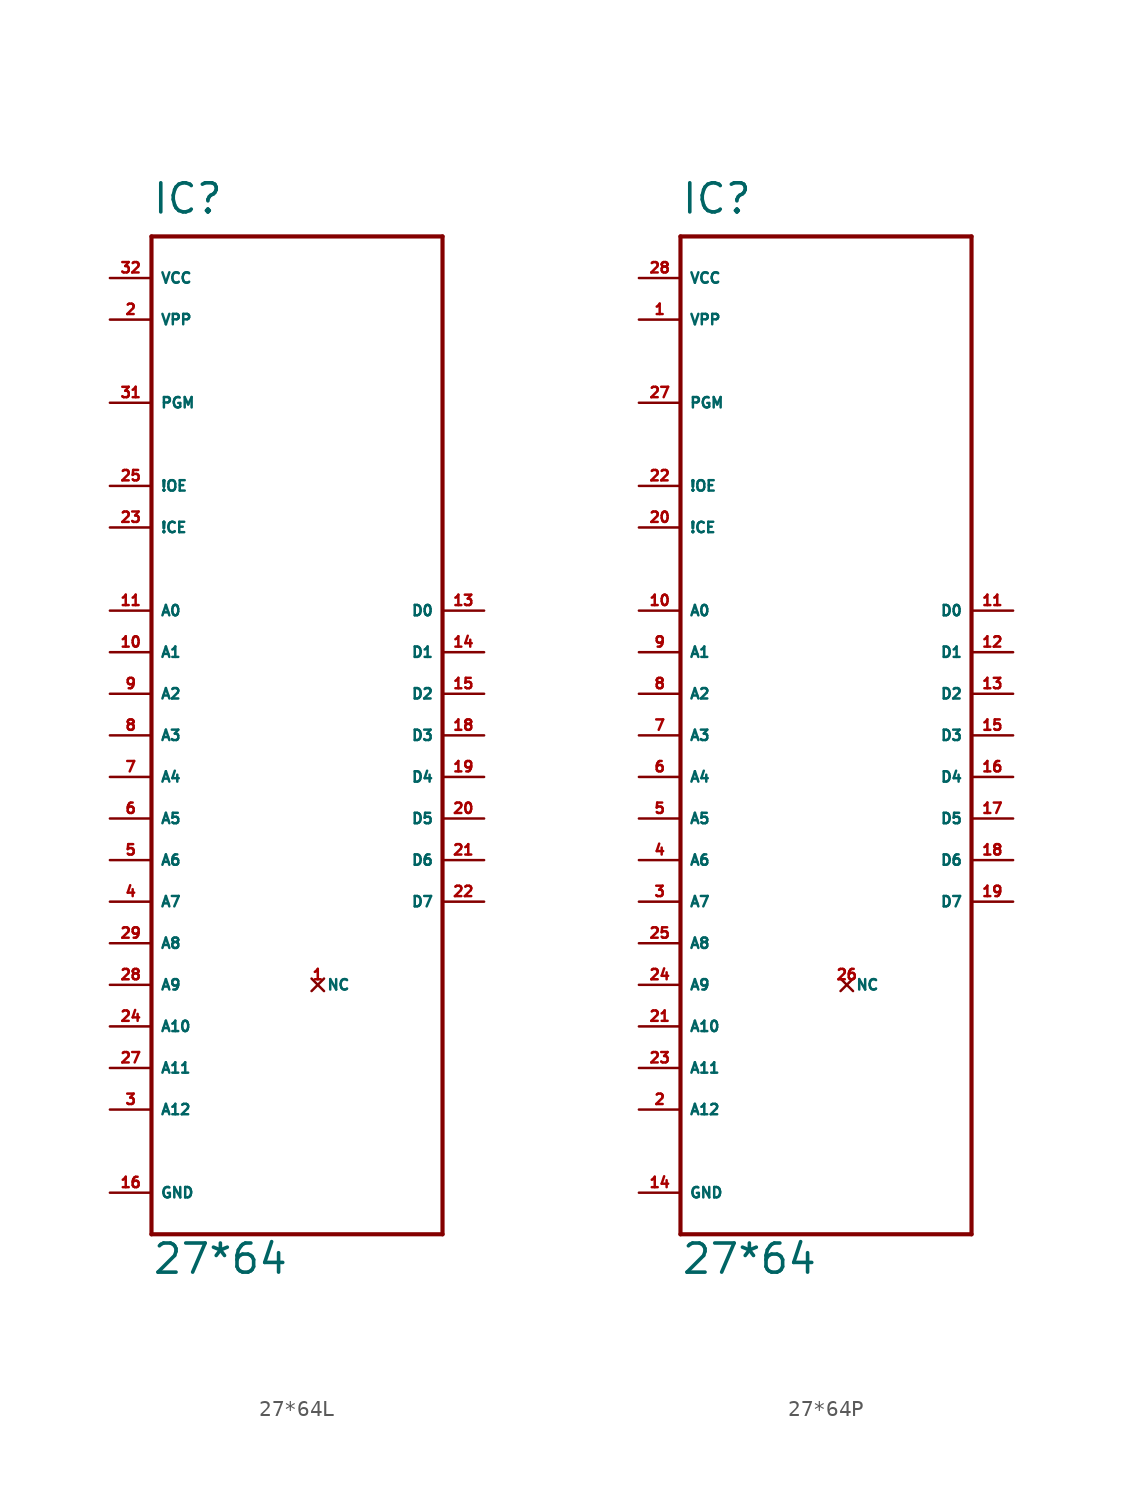
<source format=kicad_sym>
(kicad_symbol_lib
  (version 20220914)
  (generator Eagle2Kicad)
  (symbol "27*64L"
    (property "Reference" "IC"
      (at -7.62 31.75 0)
      (effects (font (size 1.778 1.778) (thickness 0.22)) (justify left bottom)))
    (property "Value" "27*64"
      (at -7.62 -33.02 0)
      (effects (font (size 1.778 1.778) (thickness 0.22)) (justify left bottom)))
    (polyline
      (pts (xy -7.62 30.48) (xy 10.16 30.48))
      (stroke (width 0.254) (type default))
      (fill (type none)))
    (polyline
      (pts (xy 10.16 30.48) (xy 10.16 -30.48))
      (stroke (width 0.254) (type default))
      (fill (type none)))
    (polyline
      (pts (xy 10.16 -30.48) (xy -7.62 -30.48))
      (stroke (width 0.254) (type default))
      (fill (type none)))
    (polyline
      (pts (xy -7.62 -30.48) (xy -7.62 30.48))
      (stroke (width 0.254) (type default))
      (fill (type none)))
    (pin input line
      (at -10.16 7.62 0)
      (length 2.54)
      (name "A0" (effects (font (size 0.635 0.635) (thickness 0.08)) (justify left bottom)))
      (number "11" (effects (font (size 0.635 0.635) (thickness 0.08)) (justify left bottom))))
    (pin input line
      (at -10.16 5.08 0)
      (length 2.54)
      (name "A1" (effects (font (size 0.635 0.635) (thickness 0.08)) (justify left bottom)))
      (number "10" (effects (font (size 0.635 0.635) (thickness 0.08)) (justify left bottom))))
    (pin input line
      (at -10.16 2.54 0)
      (length 2.54)
      (name "A2" (effects (font (size 0.635 0.635) (thickness 0.08)) (justify left bottom)))
      (number "9" (effects (font (size 0.635 0.635) (thickness 0.08)) (justify left bottom))))
    (pin input line
      (at -10.16 0 0)
      (length 2.54)
      (name "A3" (effects (font (size 0.635 0.635) (thickness 0.08)) (justify left bottom)))
      (number "8" (effects (font (size 0.635 0.635) (thickness 0.08)) (justify left bottom))))
    (pin input line
      (at -10.16 -2.54 0)
      (length 2.54)
      (name "A4" (effects (font (size 0.635 0.635) (thickness 0.08)) (justify left bottom)))
      (number "7" (effects (font (size 0.635 0.635) (thickness 0.08)) (justify left bottom))))
    (pin input line
      (at -10.16 -5.08 0)
      (length 2.54)
      (name "A5" (effects (font (size 0.635 0.635) (thickness 0.08)) (justify left bottom)))
      (number "6" (effects (font (size 0.635 0.635) (thickness 0.08)) (justify left bottom))))
    (pin input line
      (at -10.16 -7.62 0)
      (length 2.54)
      (name "A6" (effects (font (size 0.635 0.635) (thickness 0.08)) (justify left bottom)))
      (number "5" (effects (font (size 0.635 0.635) (thickness 0.08)) (justify left bottom))))
    (pin input line
      (at -10.16 -10.16 0)
      (length 2.54)
      (name "A7" (effects (font (size 0.635 0.635) (thickness 0.08)) (justify left bottom)))
      (number "4" (effects (font (size 0.635 0.635) (thickness 0.08)) (justify left bottom))))
    (pin input line
      (at -10.16 -12.7 0)
      (length 2.54)
      (name "A8" (effects (font (size 0.635 0.635) (thickness 0.08)) (justify left bottom)))
      (number "29" (effects (font (size 0.635 0.635) (thickness 0.08)) (justify left bottom))))
    (pin input line
      (at -10.16 12.7 0)
      (length 2.54)
      (name "!CE" (effects (font (size 0.635 0.635) (thickness 0.08)) (justify left bottom)))
      (number "23" (effects (font (size 0.635 0.635) (thickness 0.08)) (justify left bottom))))
    (pin input line
      (at -10.16 15.24 0)
      (length 2.54)
      (name "!OE" (effects (font (size 0.635 0.635) (thickness 0.08)) (justify left bottom)))
      (number "25" (effects (font (size 0.635 0.635) (thickness 0.08)) (justify left bottom))))
    (pin tri_state line
      (at 12.7 7.62 180)
      (length 2.54)
      (name "D0" (effects (font (size 0.635 0.635) (thickness 0.08)) (justify left bottom)))
      (number "13" (effects (font (size 0.635 0.635) (thickness 0.08)) (justify left bottom))))
    (pin tri_state line
      (at 12.7 5.08 180)
      (length 2.54)
      (name "D1" (effects (font (size 0.635 0.635) (thickness 0.08)) (justify left bottom)))
      (number "14" (effects (font (size 0.635 0.635) (thickness 0.08)) (justify left bottom))))
    (pin tri_state line
      (at 12.7 2.54 180)
      (length 2.54)
      (name "D2" (effects (font (size 0.635 0.635) (thickness 0.08)) (justify left bottom)))
      (number "15" (effects (font (size 0.635 0.635) (thickness 0.08)) (justify left bottom))))
    (pin tri_state line
      (at 12.7 0 180)
      (length 2.54)
      (name "D3" (effects (font (size 0.635 0.635) (thickness 0.08)) (justify left bottom)))
      (number "18" (effects (font (size 0.635 0.635) (thickness 0.08)) (justify left bottom))))
    (pin tri_state line
      (at 12.7 -2.54 180)
      (length 2.54)
      (name "D4" (effects (font (size 0.635 0.635) (thickness 0.08)) (justify left bottom)))
      (number "19" (effects (font (size 0.635 0.635) (thickness 0.08)) (justify left bottom))))
    (pin tri_state line
      (at 12.7 -5.08 180)
      (length 2.54)
      (name "D5" (effects (font (size 0.635 0.635) (thickness 0.08)) (justify left bottom)))
      (number "20" (effects (font (size 0.635 0.635) (thickness 0.08)) (justify left bottom))))
    (pin tri_state line
      (at 12.7 -7.62 180)
      (length 2.54)
      (name "D6" (effects (font (size 0.635 0.635) (thickness 0.08)) (justify left bottom)))
      (number "21" (effects (font (size 0.635 0.635) (thickness 0.08)) (justify left bottom))))
    (pin tri_state line
      (at 12.7 -10.16 180)
      (length 2.54)
      (name "D7" (effects (font (size 0.635 0.635) (thickness 0.08)) (justify left bottom)))
      (number "22" (effects (font (size 0.635 0.635) (thickness 0.08)) (justify left bottom))))
    (pin unspecified line
      (at -10.16 27.94 0)
      (length 2.54)
      (name "VCC" (effects (font (size 0.635 0.635) (thickness 0.08)) (justify left bottom)))
      (number "32" (effects (font (size 0.635 0.635) (thickness 0.08)) (justify left bottom))))
    (pin unspecified line
      (at -10.16 -27.94 0)
      (length 2.54)
      (name "GND" (effects (font (size 0.635 0.635) (thickness 0.08)) (justify left bottom)))
      (number "16" (effects (font (size 0.635 0.635) (thickness 0.08)) (justify left bottom))))
    (pin input line
      (at -10.16 -15.24 0)
      (length 2.54)
      (name "A9" (effects (font (size 0.635 0.635) (thickness 0.08)) (justify left bottom)))
      (number "28" (effects (font (size 0.635 0.635) (thickness 0.08)) (justify left bottom))))
    (pin input line
      (at -10.16 -17.78 0)
      (length 2.54)
      (name "A10" (effects (font (size 0.635 0.635) (thickness 0.08)) (justify left bottom)))
      (number "24" (effects (font (size 0.635 0.635) (thickness 0.08)) (justify left bottom))))
    (pin input line
      (at -10.16 20.32 0)
      (length 2.54)
      (name "PGM" (effects (font (size 0.635 0.635) (thickness 0.08)) (justify left bottom)))
      (number "31" (effects (font (size 0.635 0.635) (thickness 0.08)) (justify left bottom))))
    (pin input line
      (at -10.16 -20.32 0)
      (length 2.54)
      (name "A11" (effects (font (size 0.635 0.635) (thickness 0.08)) (justify left bottom)))
      (number "27" (effects (font (size 0.635 0.635) (thickness 0.08)) (justify left bottom))))
    (pin input line
      (at -10.16 -22.86 0)
      (length 2.54)
      (name "A12" (effects (font (size 0.635 0.635) (thickness 0.08)) (justify left bottom)))
      (number "3" (effects (font (size 0.635 0.635) (thickness 0.08)) (justify left bottom))))
    (pin input line
      (at -10.16 25.4 0)
      (length 2.54)
      (name "VPP" (effects (font (size 0.635 0.635) (thickness 0.08)) (justify left bottom)))
      (number "2" (effects (font (size 0.635 0.635) (thickness 0.08)) (justify left bottom))))
    (pin no_connect line
      (at 2.54 -15.24 0)
      (length 0)
      (name "NC" (effects (font (size 0.635 0.635) (thickness 0.08)) (justify left bottom) hide))
      (number "1" (effects (font (size 0.635 0.635) (thickness 0.08)) (justify left bottom) hide))))
  (symbol "27*64P"
    (property "Reference" "IC"
      (at -7.62 31.75 0)
      (effects (font (size 1.778 1.778) (thickness 0.22)) (justify left bottom)))
    (property "Value" "27*64"
      (at -7.62 -33.02 0)
      (effects (font (size 1.778 1.778) (thickness 0.22)) (justify left bottom)))
    (polyline
      (pts (xy -7.62 30.48) (xy 10.16 30.48))
      (stroke (width 0.254) (type default))
      (fill (type none)))
    (polyline
      (pts (xy 10.16 30.48) (xy 10.16 -30.48))
      (stroke (width 0.254) (type default))
      (fill (type none)))
    (polyline
      (pts (xy 10.16 -30.48) (xy -7.62 -30.48))
      (stroke (width 0.254) (type default))
      (fill (type none)))
    (polyline
      (pts (xy -7.62 -30.48) (xy -7.62 30.48))
      (stroke (width 0.254) (type default))
      (fill (type none)))
    (pin input line
      (at -10.16 7.62 0)
      (length 2.54)
      (name "A0" (effects (font (size 0.635 0.635) (thickness 0.08)) (justify left bottom)))
      (number "10" (effects (font (size 0.635 0.635) (thickness 0.08)) (justify left bottom))))
    (pin input line
      (at -10.16 5.08 0)
      (length 2.54)
      (name "A1" (effects (font (size 0.635 0.635) (thickness 0.08)) (justify left bottom)))
      (number "9" (effects (font (size 0.635 0.635) (thickness 0.08)) (justify left bottom))))
    (pin input line
      (at -10.16 2.54 0)
      (length 2.54)
      (name "A2" (effects (font (size 0.635 0.635) (thickness 0.08)) (justify left bottom)))
      (number "8" (effects (font (size 0.635 0.635) (thickness 0.08)) (justify left bottom))))
    (pin input line
      (at -10.16 0 0)
      (length 2.54)
      (name "A3" (effects (font (size 0.635 0.635) (thickness 0.08)) (justify left bottom)))
      (number "7" (effects (font (size 0.635 0.635) (thickness 0.08)) (justify left bottom))))
    (pin input line
      (at -10.16 -2.54 0)
      (length 2.54)
      (name "A4" (effects (font (size 0.635 0.635) (thickness 0.08)) (justify left bottom)))
      (number "6" (effects (font (size 0.635 0.635) (thickness 0.08)) (justify left bottom))))
    (pin input line
      (at -10.16 -5.08 0)
      (length 2.54)
      (name "A5" (effects (font (size 0.635 0.635) (thickness 0.08)) (justify left bottom)))
      (number "5" (effects (font (size 0.635 0.635) (thickness 0.08)) (justify left bottom))))
    (pin input line
      (at -10.16 -7.62 0)
      (length 2.54)
      (name "A6" (effects (font (size 0.635 0.635) (thickness 0.08)) (justify left bottom)))
      (number "4" (effects (font (size 0.635 0.635) (thickness 0.08)) (justify left bottom))))
    (pin input line
      (at -10.16 -10.16 0)
      (length 2.54)
      (name "A7" (effects (font (size 0.635 0.635) (thickness 0.08)) (justify left bottom)))
      (number "3" (effects (font (size 0.635 0.635) (thickness 0.08)) (justify left bottom))))
    (pin input line
      (at -10.16 -12.7 0)
      (length 2.54)
      (name "A8" (effects (font (size 0.635 0.635) (thickness 0.08)) (justify left bottom)))
      (number "25" (effects (font (size 0.635 0.635) (thickness 0.08)) (justify left bottom))))
    (pin input line
      (at -10.16 12.7 0)
      (length 2.54)
      (name "!CE" (effects (font (size 0.635 0.635) (thickness 0.08)) (justify left bottom)))
      (number "20" (effects (font (size 0.635 0.635) (thickness 0.08)) (justify left bottom))))
    (pin input line
      (at -10.16 15.24 0)
      (length 2.54)
      (name "!OE" (effects (font (size 0.635 0.635) (thickness 0.08)) (justify left bottom)))
      (number "22" (effects (font (size 0.635 0.635) (thickness 0.08)) (justify left bottom))))
    (pin tri_state line
      (at 12.7 7.62 180)
      (length 2.54)
      (name "D0" (effects (font (size 0.635 0.635) (thickness 0.08)) (justify left bottom)))
      (number "11" (effects (font (size 0.635 0.635) (thickness 0.08)) (justify left bottom))))
    (pin tri_state line
      (at 12.7 5.08 180)
      (length 2.54)
      (name "D1" (effects (font (size 0.635 0.635) (thickness 0.08)) (justify left bottom)))
      (number "12" (effects (font (size 0.635 0.635) (thickness 0.08)) (justify left bottom))))
    (pin tri_state line
      (at 12.7 2.54 180)
      (length 2.54)
      (name "D2" (effects (font (size 0.635 0.635) (thickness 0.08)) (justify left bottom)))
      (number "13" (effects (font (size 0.635 0.635) (thickness 0.08)) (justify left bottom))))
    (pin tri_state line
      (at 12.7 0 180)
      (length 2.54)
      (name "D3" (effects (font (size 0.635 0.635) (thickness 0.08)) (justify left bottom)))
      (number "15" (effects (font (size 0.635 0.635) (thickness 0.08)) (justify left bottom))))
    (pin tri_state line
      (at 12.7 -2.54 180)
      (length 2.54)
      (name "D4" (effects (font (size 0.635 0.635) (thickness 0.08)) (justify left bottom)))
      (number "16" (effects (font (size 0.635 0.635) (thickness 0.08)) (justify left bottom))))
    (pin tri_state line
      (at 12.7 -5.08 180)
      (length 2.54)
      (name "D5" (effects (font (size 0.635 0.635) (thickness 0.08)) (justify left bottom)))
      (number "17" (effects (font (size 0.635 0.635) (thickness 0.08)) (justify left bottom))))
    (pin tri_state line
      (at 12.7 -7.62 180)
      (length 2.54)
      (name "D6" (effects (font (size 0.635 0.635) (thickness 0.08)) (justify left bottom)))
      (number "18" (effects (font (size 0.635 0.635) (thickness 0.08)) (justify left bottom))))
    (pin tri_state line
      (at 12.7 -10.16 180)
      (length 2.54)
      (name "D7" (effects (font (size 0.635 0.635) (thickness 0.08)) (justify left bottom)))
      (number "19" (effects (font (size 0.635 0.635) (thickness 0.08)) (justify left bottom))))
    (pin unspecified line
      (at -10.16 27.94 0)
      (length 2.54)
      (name "VCC" (effects (font (size 0.635 0.635) (thickness 0.08)) (justify left bottom)))
      (number "28" (effects (font (size 0.635 0.635) (thickness 0.08)) (justify left bottom))))
    (pin unspecified line
      (at -10.16 -27.94 0)
      (length 2.54)
      (name "GND" (effects (font (size 0.635 0.635) (thickness 0.08)) (justify left bottom)))
      (number "14" (effects (font (size 0.635 0.635) (thickness 0.08)) (justify left bottom))))
    (pin input line
      (at -10.16 -15.24 0)
      (length 2.54)
      (name "A9" (effects (font (size 0.635 0.635) (thickness 0.08)) (justify left bottom)))
      (number "24" (effects (font (size 0.635 0.635) (thickness 0.08)) (justify left bottom))))
    (pin input line
      (at -10.16 -17.78 0)
      (length 2.54)
      (name "A10" (effects (font (size 0.635 0.635) (thickness 0.08)) (justify left bottom)))
      (number "21" (effects (font (size 0.635 0.635) (thickness 0.08)) (justify left bottom))))
    (pin input line
      (at -10.16 20.32 0)
      (length 2.54)
      (name "PGM" (effects (font (size 0.635 0.635) (thickness 0.08)) (justify left bottom)))
      (number "27" (effects (font (size 0.635 0.635) (thickness 0.08)) (justify left bottom))))
    (pin input line
      (at -10.16 -20.32 0)
      (length 2.54)
      (name "A11" (effects (font (size 0.635 0.635) (thickness 0.08)) (justify left bottom)))
      (number "23" (effects (font (size 0.635 0.635) (thickness 0.08)) (justify left bottom))))
    (pin input line
      (at -10.16 -22.86 0)
      (length 2.54)
      (name "A12" (effects (font (size 0.635 0.635) (thickness 0.08)) (justify left bottom)))
      (number "2" (effects (font (size 0.635 0.635) (thickness 0.08)) (justify left bottom))))
    (pin input line
      (at -10.16 25.4 0)
      (length 2.54)
      (name "VPP" (effects (font (size 0.635 0.635) (thickness 0.08)) (justify left bottom)))
      (number "1" (effects (font (size 0.635 0.635) (thickness 0.08)) (justify left bottom))))
    (pin no_connect line
      (at 2.54 -15.24 0)
      (length 0)
      (name "NC" (effects (font (size 0.635 0.635) (thickness 0.08)) (justify left bottom) hide))
      (number "26" (effects (font (size 0.635 0.635) (thickness 0.08)) (justify left bottom) hide)))))
</source>
